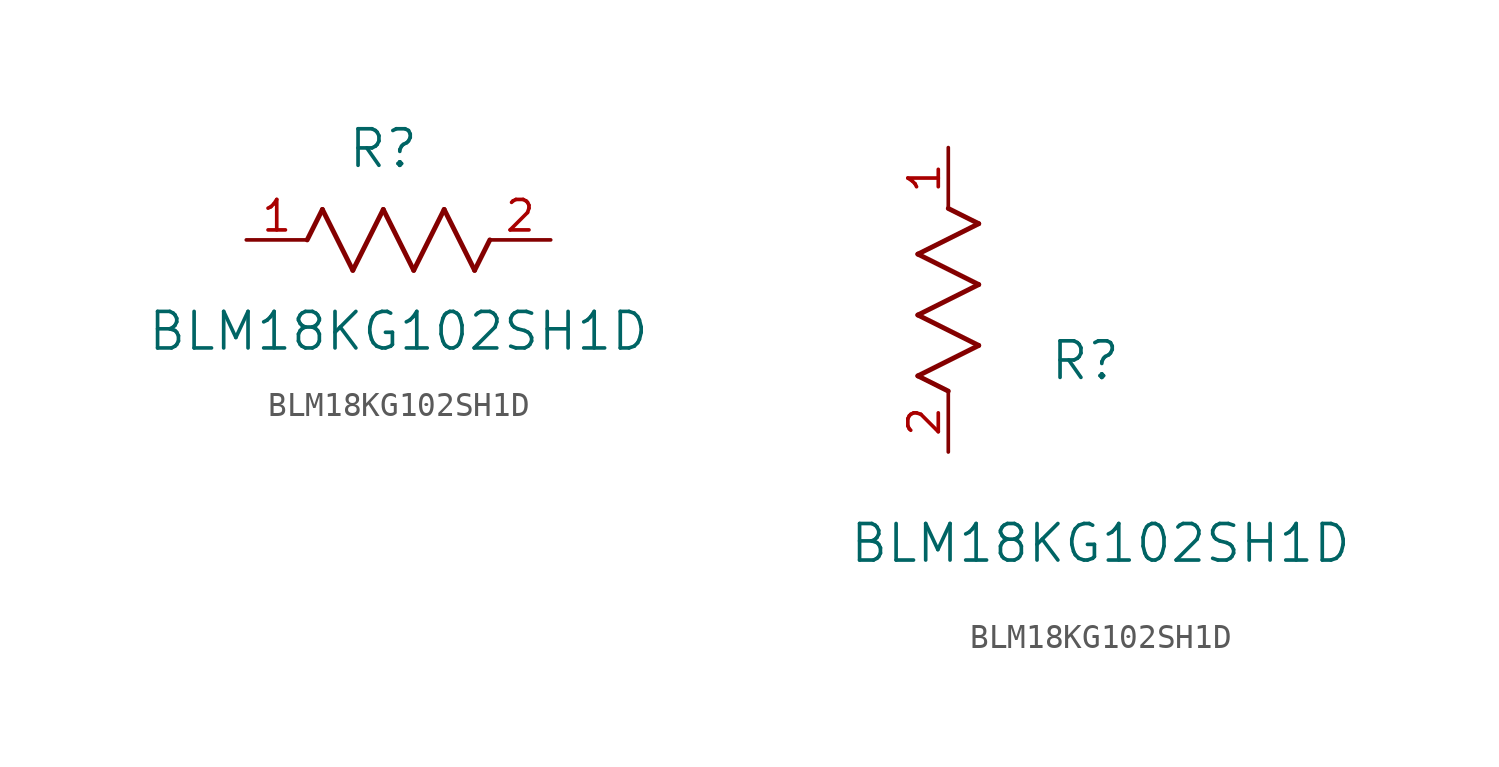
<source format=kicad_sym>
(kicad_symbol_lib
  (version 20211014)
  (generator kicad_symbol_editor)
  (symbol "BLM18KG102SH1D"
    (pin_names
      (offset 0.254))
    (property "Reference" "R"
      (at 5.715 3.81 0)
      (effects (font (size 1.524 1.524))))
    (property "Value" "BLM18KG102SH1D"
      (at 6.35 -3.81 0)
      (effects (font (size 1.524 1.524))))
    (symbol "BLM18KG102SH1D_1_1"
      (polyline (pts (xy 3.175 1.27) (xy 4.445 -1.27)) (stroke (width 0.203) (type default) (color 0 0 0 0)) (fill (type none)))
      (polyline (pts (xy 4.445 -1.27) (xy 5.715 1.27)) (stroke (width 0.203) (type default) (color 0 0 0 0)) (fill (type none)))
      (polyline (pts (xy 5.715 1.27) (xy 6.985 -1.27)) (stroke (width 0.203) (type default) (color 0 0 0 0)) (fill (type none)))
      (polyline (pts (xy 6.985 -1.27) (xy 8.255 1.27)) (stroke (width 0.203) (type default) (color 0 0 0 0)) (fill (type none)))
      (polyline (pts (xy 8.255 1.27) (xy 9.525 -1.27)) (stroke (width 0.203) (type default) (color 0 0 0 0)) (fill (type none)))
      (polyline (pts (xy 2.54 0) (xy 3.175 1.27)) (stroke (width 0.203) (type default) (color 0 0 0 0)) (fill (type none)))
      (polyline (pts (xy 9.525 -1.27) (xy 10.16 0)) (stroke (width 0.203) (type default) (color 0 0 0 0)) (fill (type none)))
      (pin unspecified line (at 0 0 0) (length 2.54) (name "" (effects (font (size 1.27 1.27)))) (number "1" (effects (font (size 1.27 1.27)))))
      (pin unspecified line (at 12.7 0 180) (length 2.54) (name "" (effects (font (size 1.27 1.27)))) (number "2" (effects (font (size 1.27 1.27))))))
    (symbol "BLM18KG102SH1D_1_2"
      (polyline (pts (xy 0 2.54) (xy -1.27 3.175)) (stroke (width 0.203) (type default) (color 0 0 0 0)) (fill (type none)))
      (polyline (pts (xy -1.27 3.175) (xy 1.27 4.445)) (stroke (width 0.203) (type default) (color 0 0 0 0)) (fill (type none)))
      (polyline (pts (xy 1.27 4.445) (xy -1.27 5.715)) (stroke (width 0.203) (type default) (color 0 0 0 0)) (fill (type none)))
      (polyline (pts (xy -1.27 5.715) (xy 1.27 6.985)) (stroke (width 0.203) (type default) (color 0 0 0 0)) (fill (type none)))
      (polyline (pts (xy -1.27 8.255) (xy 1.27 9.525)) (stroke (width 0.203) (type default) (color 0 0 0 0)) (fill (type none)))
      (polyline (pts (xy 1.27 9.525) (xy 0 10.16)) (stroke (width 0.203) (type default) (color 0 0 0 0)) (fill (type none)))
      (polyline (pts (xy 1.27 6.985) (xy -1.27 8.255)) (stroke (width 0.203) (type default) (color 0 0 0 0)) (fill (type none)))
      (pin unspecified line (at 0 12.7 270) (length 2.54) (name "" (effects (font (size 1.27 1.27)))) (number "1" (effects (font (size 1.27 1.27)))))
      (pin unspecified line (at 0 0 90) (length 2.54) (name "" (effects (font (size 1.27 1.27)))) (number "2" (effects (font (size 1.27 1.27))))))))
</source>
